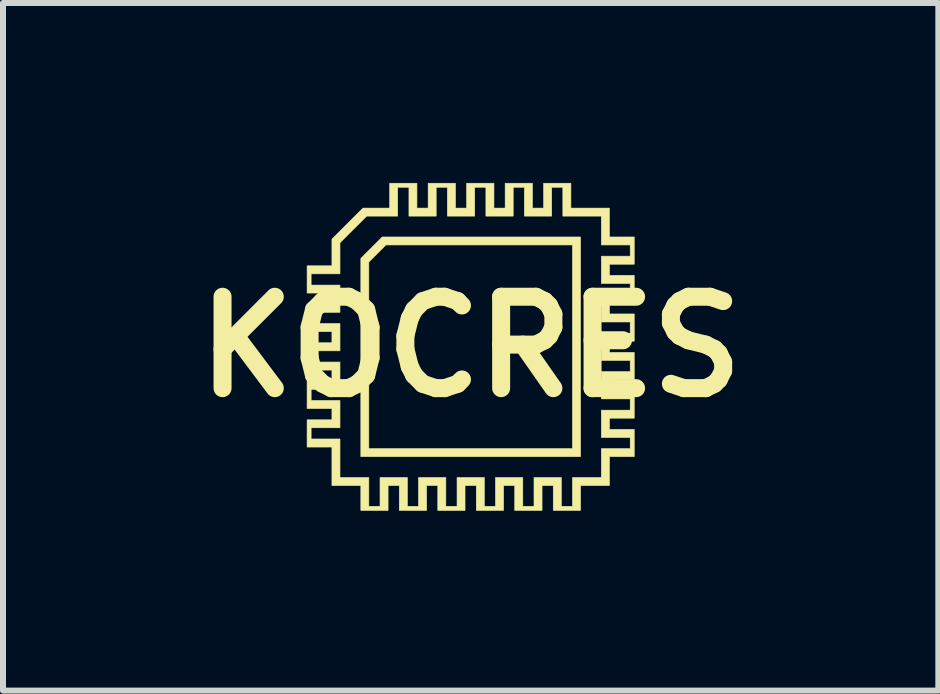
<source format=kicad_pcb>
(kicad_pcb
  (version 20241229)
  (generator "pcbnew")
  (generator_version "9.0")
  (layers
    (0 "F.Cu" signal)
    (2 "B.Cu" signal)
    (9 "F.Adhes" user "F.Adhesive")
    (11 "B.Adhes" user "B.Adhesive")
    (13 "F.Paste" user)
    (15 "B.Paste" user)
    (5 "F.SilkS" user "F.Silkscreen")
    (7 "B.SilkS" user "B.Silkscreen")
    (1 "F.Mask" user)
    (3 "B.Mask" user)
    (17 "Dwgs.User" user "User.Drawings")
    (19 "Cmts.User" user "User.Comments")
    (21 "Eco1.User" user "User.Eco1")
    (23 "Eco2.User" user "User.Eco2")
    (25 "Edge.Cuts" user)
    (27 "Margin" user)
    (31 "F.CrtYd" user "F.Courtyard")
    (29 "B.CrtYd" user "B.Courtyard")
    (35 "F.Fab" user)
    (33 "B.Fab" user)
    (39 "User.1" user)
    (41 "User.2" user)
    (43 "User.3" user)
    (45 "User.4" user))
  (footprint "KOCRES"
    (layer "F.Cu")
    (at 4.797 2.732)
    (property "Reference" "KOCRES" (at 0 0 0) (layer "F.SilkS") (effects (font (size 1.524 1.524) (thickness 0.3))))
    (attr through_hole)
    (fp_poly (pts (xy 1.831 1.831) (xy -1.831 1.831) (xy -1.831 -1.414) (xy -1.698 -1.414) (xy -1.698 1.698) (xy 1.698 1.698) (xy 1.698 -1.698) (xy -1.414 -1.698) (xy -1.556 -1.556) (xy -1.698 -1.414) (xy -1.831 -1.414) (xy -1.831 -1.474) (xy -1.474 -1.831) (xy 1.831 -1.831) (xy 1.831 1.831)) (stroke (width 0.01) (type solid)) (fill yes) (layer "F.SilkS"))
    (fp_poly (pts (xy -0.896 -2.313) (xy -0.709 -2.313) (xy -0.709 -2.727) (xy -0.254 -2.727) (xy -0.254 -2.313) (xy -0.067 -2.313) (xy -0.067 -2.727) (xy 0.388 -2.727) (xy 0.388 -2.313) (xy 0.575 -2.313) (xy 0.575 -2.727) (xy 1.029 -2.727) (xy 1.029 -2.313) (xy 1.217 -2.313) (xy 1.217 -2.727) (xy 1.671 -2.727) (xy 1.671 -2.313) (xy 2.313 -2.313) (xy 2.313 -1.831) (xy 2.727 -1.831) (xy 2.727 -1.377) (xy 2.313 -1.377) (xy 2.313 -1.19) (xy 2.727 -1.19) (xy 2.727 -0.735) (xy 2.313 -0.735) (xy 2.313 -0.548) (xy 2.727 -0.548) (xy 2.727 -0.094) (xy 2.313 -0.094) (xy 2.313 0.094) (xy 2.727 0.094) (xy 2.727 0.548) (xy 2.313 0.548) (xy 2.313 0.735) (xy 2.727 0.735) (xy 2.727 1.19) (xy 2.313 1.19) (xy 2.313 1.377) (xy 2.727 1.377) (xy 2.727 1.831) (xy 2.313 1.831) (xy 2.313 2.313) (xy 1.831 2.313) (xy 1.831 2.727) (xy 1.377 2.727) (xy 1.377 2.313) (xy 1.19 2.313) (xy 1.19 2.727) (xy 0.735 2.727) (xy 0.735 2.313) (xy 0.548 2.313) (xy 0.548 2.727) (xy 0.094 2.727) (xy 0.094 2.313) (xy -0.094 2.313) (xy -0.094 2.727) (xy -0.548 2.727) (xy -0.548 2.313) (xy -0.735 2.313) (xy -0.735 2.727) (xy -1.19 2.727) (xy -1.19 2.313) (xy -1.377 2.313) (xy -1.377 2.727) (xy -1.831 2.727) (xy -1.831 2.313) (xy -2.313 2.313) (xy -2.313 1.671) (xy -2.727 1.671) (xy -2.727 1.217) (xy -2.313 1.217) (xy -2.313 1.029) (xy -2.727 1.029) (xy -2.727 0.575) (xy -2.313 0.575) (xy -2.313 0.388) (xy -2.727 0.388) (xy -2.727 -0.067) (xy -2.313 -0.067) (xy -2.313 -0.254) (xy -2.727 -0.254) (xy -2.727 -0.709) (xy -2.313 -0.709) (xy -2.313 -0.896) (xy -2.727 -0.896) (xy -2.727 -1.217) (xy -2.66 -1.217) (xy -2.66 -1.029) (xy -2.179 -1.029) (xy -2.179 -0.575) (xy -2.66 -0.575) (xy -2.66 -0.388) (xy -2.179 -0.388) (xy -2.179 0.067) (xy -2.66 0.067) (xy -2.66 0.254) (xy -2.179 0.254) (xy -2.179 0.709) (xy -2.66 0.709) (xy -2.66 0.896) (xy -2.179 0.896) (xy -2.179 1.35) (xy -2.66 1.35) (xy -2.66 1.537) (xy -2.179 1.537) (xy -2.179 2.179) (xy -1.698 2.179) (xy -1.698 2.66) (xy -1.511 2.66) (xy -1.511 2.179) (xy -1.056 2.179) (xy -1.056 2.66) (xy -0.869 2.66) (xy -0.869 2.179) (xy -0.414 2.179) (xy -0.414 2.66) (xy -0.227 2.66) (xy -0.227 2.179) (xy 0.227 2.179) (xy 0.227 2.66) (xy 0.414 2.66) (xy 0.414 2.179) (xy 0.869 2.179) (xy 0.869 2.66) (xy 1.056 2.66) (xy 1.056 2.179) (xy 1.511 2.179) (xy 1.511 2.66) (xy 1.698 2.66) (xy 1.698 2.179) (xy 2.179 2.179) (xy 2.179 1.698) (xy 2.66 1.698) (xy 2.66 1.511) (xy 2.179 1.511) (xy 2.179 1.056) (xy 2.66 1.056) (xy 2.66 0.869) (xy 2.179 0.869) (xy 2.179 0.414) (xy 2.66 0.414) (xy 2.66 0.227) (xy 2.179 0.227) (xy 2.179 -0.227) (xy 2.66 -0.227) (xy 2.66 -0.414) (xy 2.179 -0.414) (xy 2.179 -0.869) (xy 2.66 -0.869) (xy 2.66 -1.056) (xy 2.179 -1.056) (xy 2.179 -1.511) (xy 2.66 -1.511) (xy 2.66 -1.698) (xy 2.179 -1.698) (xy 2.179 -2.179) (xy 1.537 -2.179) (xy 1.537 -2.66) (xy 1.35 -2.66) (xy 1.35 -2.179) (xy 0.896 -2.179) (xy 0.896 -2.66) (xy 0.709 -2.66) (xy 0.709 -2.179) (xy 0.254 -2.179) (xy 0.254 -2.66) (xy 0.067 -2.66) (xy 0.067 -2.179) (xy -0.388 -2.179) (xy -0.388 -2.66) (xy -0.575 -2.66) (xy -0.575 -2.179) (xy -1.029 -2.179) (xy -1.029 -2.66) (xy -1.217 -2.66) (xy -1.217 -2.179) (xy -1.734 -2.179) (xy -1.957 -1.957) (xy -2.179 -1.735) (xy -2.179 -1.217) (xy -2.66 -1.217) (xy -2.727 -1.217) (xy -2.727 -1.35) (xy -2.313 -1.35) (xy -2.313 -1.795) (xy -2.054 -2.054) (xy -1.795 -2.313) (xy -1.35 -2.313) (xy -1.35 -2.727) (xy -0.896 -2.727) (xy -0.896 -2.313)) (stroke (width 0.01) (type solid)) (fill yes) (layer "F.SilkS")))
  (gr_rect
    (start -3 -3)
    (end 12.594 8.464)
    (stroke (width 0.1) (type default))
    (fill no)
    (layer "Edge.Cuts")))
</source>
